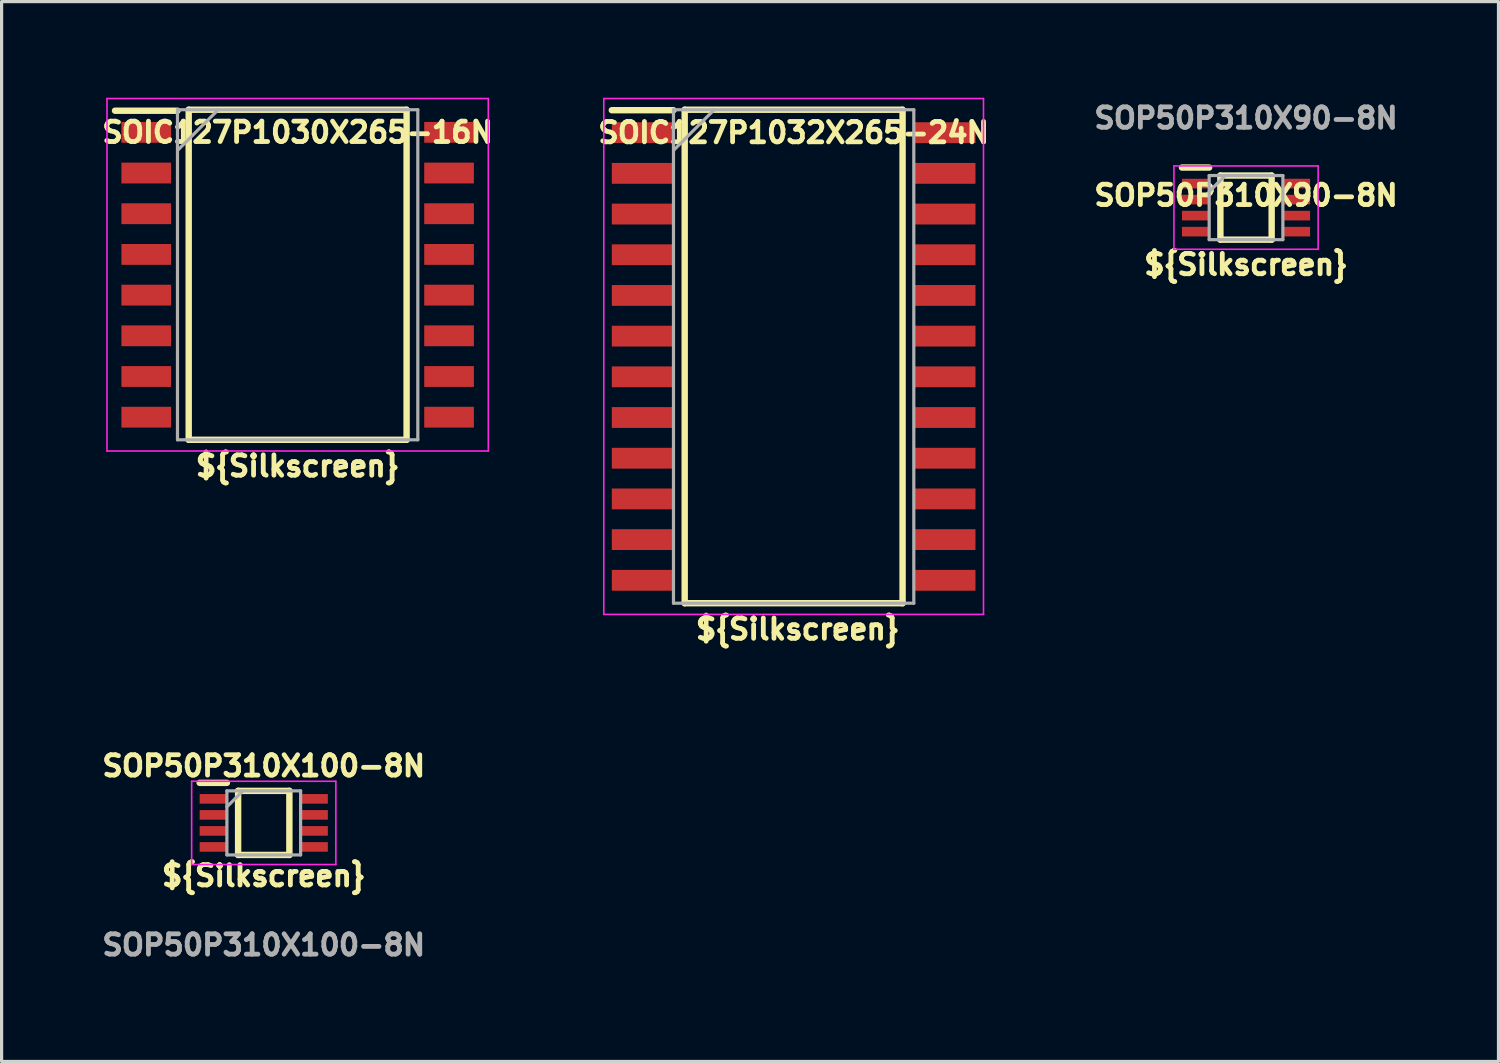
<source format=kicad_pcb>
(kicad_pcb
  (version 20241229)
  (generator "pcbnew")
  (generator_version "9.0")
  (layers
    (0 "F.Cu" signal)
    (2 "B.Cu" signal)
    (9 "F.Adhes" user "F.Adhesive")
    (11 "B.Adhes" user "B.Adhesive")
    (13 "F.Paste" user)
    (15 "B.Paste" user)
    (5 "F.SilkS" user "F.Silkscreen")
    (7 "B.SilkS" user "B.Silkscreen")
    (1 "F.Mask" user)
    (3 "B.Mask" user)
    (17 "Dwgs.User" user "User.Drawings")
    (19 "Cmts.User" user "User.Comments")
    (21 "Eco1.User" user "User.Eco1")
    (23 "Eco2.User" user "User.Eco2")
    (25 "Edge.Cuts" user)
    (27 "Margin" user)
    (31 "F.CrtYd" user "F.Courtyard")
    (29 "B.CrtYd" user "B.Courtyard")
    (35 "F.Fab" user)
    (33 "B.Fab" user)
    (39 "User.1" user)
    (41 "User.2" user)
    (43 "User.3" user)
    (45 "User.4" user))
  (footprint "SOP50P310X100-8N"
    (layer "F.Cu")
    (at 5.181 22.631)
    (property "Reference" "SOP50P310X100-8N" (at 0 -1.778 0) (layer "F.SilkS") (effects (font (size 0.635 0.635) (thickness 0.15))))
    (property "Silkscreen" "${Silkscreen}" (at 0 1.651 0) (layer "F.SilkS") (effects (font (size 0.635 0.635) (thickness 0.15))))
    (attr smd)
    (fp_line (start -2 -1.25) (end -1.15 -1.25) (stroke (width 0.2) (type solid)) (layer "F.SilkS"))
    (fp_line (start -0.8 -1) (end 0.8 -1) (stroke (width 0.2) (type solid)) (layer "F.SilkS"))
    (fp_line (start -0.8 1) (end -0.8 -1) (stroke (width 0.2) (type solid)) (layer "F.SilkS"))
    (fp_line (start 0.8 -1) (end 0.8 1) (stroke (width 0.2) (type solid)) (layer "F.SilkS"))
    (fp_line (start 0.8 1) (end -0.8 1) (stroke (width 0.2) (type solid)) (layer "F.SilkS"))
    (fp_line (start -2.25 -1.3) (end 2.25 -1.3) (stroke (width 0.05) (type solid)) (layer "F.CrtYd"))
    (fp_line (start -2.25 1.3) (end -2.25 -1.3) (stroke (width 0.05) (type solid)) (layer "F.CrtYd"))
    (fp_line (start 2.25 -1.3) (end 2.25 1.3) (stroke (width 0.05) (type solid)) (layer "F.CrtYd"))
    (fp_line (start 2.25 1.3) (end -2.25 1.3) (stroke (width 0.05) (type solid)) (layer "F.CrtYd"))
    (fp_line (start -1.15 -1) (end 1.15 -1) (stroke (width 0.1) (type solid)) (layer "F.Fab"))
    (fp_line (start -1.15 -0.5) (end -0.65 -1) (stroke (width 0.1) (type solid)) (layer "F.Fab"))
    (fp_line (start -1.15 1) (end -1.15 -1) (stroke (width 0.1) (type solid)) (layer "F.Fab"))
    (fp_line (start 1.15 -1) (end 1.15 1) (stroke (width 0.1) (type solid)) (layer "F.Fab"))
    (fp_line (start 1.15 1) (end -1.15 1) (stroke (width 0.1) (type solid)) (layer "F.Fab"))
    (fp_text user "${REFERENCE}" (at 0 3.81 0) (layer "F.Fab") (effects (font (size 0.635 0.635) (thickness 0.15))))
    (pad "1" smd rect (at -1.575 -0.75 90) (size 0.3 0.85) (layers "F.Cu" "F.Mask" "F.Paste"))
    (pad "2" smd rect (at -1.575 -0.25 90) (size 0.3 0.85) (layers "F.Cu" "F.Mask" "F.Paste"))
    (pad "3" smd rect (at -1.575 0.25 90) (size 0.3 0.85) (layers "F.Cu" "F.Mask" "F.Paste"))
    (pad "4" smd rect (at -1.575 0.75 90) (size 0.3 0.85) (layers "F.Cu" "F.Mask" "F.Paste"))
    (pad "5" smd rect (at 1.575 0.75 90) (size 0.3 0.85) (layers "F.Cu" "F.Mask" "F.Paste"))
    (pad "6" smd rect (at 1.575 0.25 90) (size 0.3 0.85) (layers "F.Cu" "F.Mask" "F.Paste"))
    (pad "7" smd rect (at 1.575 -0.25 90) (size 0.3 0.85) (layers "F.Cu" "F.Mask" "F.Paste"))
    (pad "8" smd rect (at 1.575 -0.75 90) (size 0.3 0.85) (layers "F.Cu" "F.Mask" "F.Paste")))
  (footprint "SOIC127P1032X265-24N"
    (layer "F.Cu")
    (at 21.718 8.075)
    (property "Reference" "SOIC127P1032X265-24N" (at 0 -6.985 0) (layer "F.SilkS") (effects (font (size 0.635 0.635) (thickness 0.15))))
    (property "Silkscreen" "${Silkscreen}" (at 0.127 8.509 0) (layer "F.SilkS") (effects (font (size 0.635 0.635) (thickness 0.15))))
    (attr smd)
    (fp_line (start -5.675 -7.685) (end -3.75 -7.685) (stroke (width 0.2) (type solid)) (layer "F.SilkS"))
    (fp_line (start -3.4 -7.7) (end 3.4 -7.7) (stroke (width 0.2) (type solid)) (layer "F.SilkS"))
    (fp_line (start -3.4 7.7) (end -3.4 -7.7) (stroke (width 0.2) (type solid)) (layer "F.SilkS"))
    (fp_line (start 3.4 -7.7) (end 3.4 7.7) (stroke (width 0.2) (type solid)) (layer "F.SilkS"))
    (fp_line (start 3.4 7.7) (end -3.4 7.7) (stroke (width 0.2) (type solid)) (layer "F.SilkS"))
    (fp_line (start -5.925 -8.05) (end 5.925 -8.05) (stroke (width 0.05) (type solid)) (layer "F.CrtYd"))
    (fp_line (start -5.925 8.05) (end -5.925 -8.05) (stroke (width 0.05) (type solid)) (layer "F.CrtYd"))
    (fp_line (start 5.925 -8.05) (end 5.925 8.05) (stroke (width 0.05) (type solid)) (layer "F.CrtYd"))
    (fp_line (start 5.925 8.05) (end -5.925 8.05) (stroke (width 0.05) (type solid)) (layer "F.CrtYd"))
    (fp_line (start -3.75 -7.7) (end 3.75 -7.7) (stroke (width 0.1) (type solid)) (layer "F.Fab"))
    (fp_line (start -3.75 -6.43) (end -2.48 -7.7) (stroke (width 0.1) (type solid)) (layer "F.Fab"))
    (fp_line (start -3.75 7.7) (end -3.75 -7.7) (stroke (width 0.1) (type solid)) (layer "F.Fab"))
    (fp_line (start 3.75 -7.7) (end 3.75 7.7) (stroke (width 0.1) (type solid)) (layer "F.Fab"))
    (fp_line (start 3.75 7.7) (end -3.75 7.7) (stroke (width 0.1) (type solid)) (layer "F.Fab"))
    (pad "1" smd rect (at -4.712 -6.985 90) (size 0.65 1.925) (layers "F.Cu" "F.Mask" "F.Paste"))
    (pad "2" smd rect (at -4.712 -5.715 90) (size 0.65 1.925) (layers "F.Cu" "F.Mask" "F.Paste"))
    (pad "3" smd rect (at -4.712 -4.445 90) (size 0.65 1.925) (layers "F.Cu" "F.Mask" "F.Paste"))
    (pad "4" smd rect (at -4.712 -3.175 90) (size 0.65 1.925) (layers "F.Cu" "F.Mask" "F.Paste"))
    (pad "5" smd rect (at -4.712 -1.905 90) (size 0.65 1.925) (layers "F.Cu" "F.Mask" "F.Paste"))
    (pad "6" smd rect (at -4.712 -0.635 90) (size 0.65 1.925) (layers "F.Cu" "F.Mask" "F.Paste"))
    (pad "7" smd rect (at -4.712 0.635 90) (size 0.65 1.925) (layers "F.Cu" "F.Mask" "F.Paste"))
    (pad "8" smd rect (at -4.712 1.905 90) (size 0.65 1.925) (layers "F.Cu" "F.Mask" "F.Paste"))
    (pad "9" smd rect (at -4.712 3.175 90) (size 0.65 1.925) (layers "F.Cu" "F.Mask" "F.Paste"))
    (pad "10" smd rect (at -4.712 4.445 90) (size 0.65 1.925) (layers "F.Cu" "F.Mask" "F.Paste"))
    (pad "11" smd rect (at -4.712 5.715 90) (size 0.65 1.925) (layers "F.Cu" "F.Mask" "F.Paste"))
    (pad "12" smd rect (at -4.712 6.985 90) (size 0.65 1.925) (layers "F.Cu" "F.Mask" "F.Paste"))
    (pad "13" smd rect (at 4.712 6.985 90) (size 0.65 1.925) (layers "F.Cu" "F.Mask" "F.Paste"))
    (pad "14" smd rect (at 4.712 5.715 90) (size 0.65 1.925) (layers "F.Cu" "F.Mask" "F.Paste"))
    (pad "15" smd rect (at 4.712 4.445 90) (size 0.65 1.925) (layers "F.Cu" "F.Mask" "F.Paste"))
    (pad "16" smd rect (at 4.712 3.175 90) (size 0.65 1.925) (layers "F.Cu" "F.Mask" "F.Paste"))
    (pad "17" smd rect (at 4.712 1.905 90) (size 0.65 1.925) (layers "F.Cu" "F.Mask" "F.Paste"))
    (pad "18" smd rect (at 4.712 0.635 90) (size 0.65 1.925) (layers "F.Cu" "F.Mask" "F.Paste"))
    (pad "19" smd rect (at 4.712 -0.635 90) (size 0.65 1.925) (layers "F.Cu" "F.Mask" "F.Paste"))
    (pad "20" smd rect (at 4.712 -1.905 90) (size 0.65 1.925) (layers "F.Cu" "F.Mask" "F.Paste"))
    (pad "21" smd rect (at 4.712 -3.175 90) (size 0.65 1.925) (layers "F.Cu" "F.Mask" "F.Paste"))
    (pad "22" smd rect (at 4.712 -4.445 90) (size 0.65 1.925) (layers "F.Cu" "F.Mask" "F.Paste"))
    (pad "23" smd rect (at 4.712 -5.715 90) (size 0.65 1.925) (layers "F.Cu" "F.Mask" "F.Paste"))
    (pad "24" smd rect (at 4.712 -6.985 90) (size 0.65 1.925) (layers "F.Cu" "F.Mask" "F.Paste")))
  (footprint "SOIC127P1030X265-16N"
    (layer "F.Cu")
    (at 6.239 5.525)
    (property "Reference" "SOIC127P1030X265-16N" (at 0 -4.445 0) (layer "F.SilkS") (effects (font (size 0.635 0.635) (thickness 0.15))))
    (property "Silkscreen" "${Silkscreen}" (at 0 5.969 0) (layer "F.SilkS") (effects (font (size 0.635 0.635) (thickness 0.15))))
    (attr smd)
    (fp_line (start -5.7 -5.12) (end -3.75 -5.12) (stroke (width 0.2) (type solid)) (layer "F.SilkS"))
    (fp_line (start -3.4 -5.15) (end 3.4 -5.15) (stroke (width 0.2) (type solid)) (layer "F.SilkS"))
    (fp_line (start -3.4 5.15) (end -3.4 -5.15) (stroke (width 0.2) (type solid)) (layer "F.SilkS"))
    (fp_line (start 3.4 -5.15) (end 3.4 5.15) (stroke (width 0.2) (type solid)) (layer "F.SilkS"))
    (fp_line (start 3.4 5.15) (end -3.4 5.15) (stroke (width 0.2) (type solid)) (layer "F.SilkS"))
    (fp_line (start -5.95 -5.5) (end 5.95 -5.5) (stroke (width 0.05) (type solid)) (layer "F.CrtYd"))
    (fp_line (start -5.95 5.5) (end -5.95 -5.5) (stroke (width 0.05) (type solid)) (layer "F.CrtYd"))
    (fp_line (start 5.95 -5.5) (end 5.95 5.5) (stroke (width 0.05) (type solid)) (layer "F.CrtYd"))
    (fp_line (start 5.95 5.5) (end -5.95 5.5) (stroke (width 0.05) (type solid)) (layer "F.CrtYd"))
    (fp_line (start -3.75 -5.15) (end 3.75 -5.15) (stroke (width 0.1) (type solid)) (layer "F.Fab"))
    (fp_line (start -3.75 -3.88) (end -2.48 -5.15) (stroke (width 0.1) (type solid)) (layer "F.Fab"))
    (fp_line (start -3.75 5.15) (end -3.75 -5.15) (stroke (width 0.1) (type solid)) (layer "F.Fab"))
    (fp_line (start 3.75 -5.15) (end 3.75 5.15) (stroke (width 0.1) (type solid)) (layer "F.Fab"))
    (fp_line (start 3.75 5.15) (end -3.75 5.15) (stroke (width 0.1) (type solid)) (layer "F.Fab"))
    (pad "1" smd rect (at -4.725 -4.445 90) (size 0.65 1.55) (layers "F.Cu" "F.Mask" "F.Paste"))
    (pad "2" smd rect (at -4.725 -3.175 90) (size 0.65 1.55) (layers "F.Cu" "F.Mask" "F.Paste"))
    (pad "3" smd rect (at -4.725 -1.905 90) (size 0.65 1.55) (layers "F.Cu" "F.Mask" "F.Paste"))
    (pad "4" smd rect (at -4.725 -0.635 90) (size 0.65 1.55) (layers "F.Cu" "F.Mask" "F.Paste"))
    (pad "5" smd rect (at -4.725 0.635 90) (size 0.65 1.55) (layers "F.Cu" "F.Mask" "F.Paste"))
    (pad "6" smd rect (at -4.725 1.905 90) (size 0.65 1.55) (layers "F.Cu" "F.Mask" "F.Paste"))
    (pad "7" smd rect (at -4.725 3.175 90) (size 0.65 1.55) (layers "F.Cu" "F.Mask" "F.Paste"))
    (pad "8" smd rect (at -4.725 4.445 90) (size 0.65 1.55) (layers "F.Cu" "F.Mask" "F.Paste"))
    (pad "9" smd rect (at 4.725 4.445 90) (size 0.65 1.55) (layers "F.Cu" "F.Mask" "F.Paste"))
    (pad "10" smd rect (at 4.725 3.175 90) (size 0.65 1.55) (layers "F.Cu" "F.Mask" "F.Paste"))
    (pad "11" smd rect (at 4.725 1.905 90) (size 0.65 1.55) (layers "F.Cu" "F.Mask" "F.Paste"))
    (pad "12" smd rect (at 4.725 0.635 90) (size 0.65 1.55) (layers "F.Cu" "F.Mask" "F.Paste"))
    (pad "13" smd rect (at 4.725 -0.635 90) (size 0.65 1.55) (layers "F.Cu" "F.Mask" "F.Paste"))
    (pad "14" smd rect (at 4.725 -1.905 90) (size 0.65 1.55) (layers "F.Cu" "F.Mask" "F.Paste"))
    (pad "15" smd rect (at 4.725 -3.175 90) (size 0.65 1.55) (layers "F.Cu" "F.Mask" "F.Paste"))
    (pad "16" smd rect (at 4.725 -4.445 90) (size 0.65 1.55) (layers "F.Cu" "F.Mask" "F.Paste")))
  (footprint "SOP50P310X90-8N"
    (layer "F.Cu")
    (at 35.836 3.429)
    (property "Reference" "SOP50P310X90-8N" (at 0 -0.381 0) (layer "F.SilkS") (effects (font (size 0.635 0.635) (thickness 0.15))))
    (attr smd)
    (fp_line (start -2 -1.25) (end -1.15 -1.25) (stroke (width 0.2) (type solid)) (layer "F.SilkS"))
    (fp_line (start -0.8 -1) (end 0.8 -1) (stroke (width 0.2) (type solid)) (layer "F.SilkS"))
    (fp_line (start -0.8 1) (end -0.8 -1) (stroke (width 0.2) (type solid)) (layer "F.SilkS"))
    (fp_line (start 0.8 -1) (end 0.8 1) (stroke (width 0.2) (type solid)) (layer "F.SilkS"))
    (fp_line (start 0.8 1) (end -0.8 1) (stroke (width 0.2) (type solid)) (layer "F.SilkS"))
    (fp_line (start -2.25 -1.3) (end 2.25 -1.3) (stroke (width 0.05) (type solid)) (layer "F.CrtYd"))
    (fp_line (start -2.25 1.3) (end -2.25 -1.3) (stroke (width 0.05) (type solid)) (layer "F.CrtYd"))
    (fp_line (start 2.25 -1.3) (end 2.25 1.3) (stroke (width 0.05) (type solid)) (layer "F.CrtYd"))
    (fp_line (start 2.25 1.3) (end -2.25 1.3) (stroke (width 0.05) (type solid)) (layer "F.CrtYd"))
    (fp_line (start -1.15 -1) (end 1.15 -1) (stroke (width 0.1) (type solid)) (layer "F.Fab"))
    (fp_line (start -1.15 -0.5) (end -0.65 -1) (stroke (width 0.1) (type solid)) (layer "F.Fab"))
    (fp_line (start -1.15 1) (end -1.15 -1) (stroke (width 0.1) (type solid)) (layer "F.Fab"))
    (fp_line (start 1.15 -1) (end 1.15 1) (stroke (width 0.1) (type solid)) (layer "F.Fab"))
    (fp_line (start 1.15 1) (end -1.15 1) (stroke (width 0.1) (type solid)) (layer "F.Fab"))
    (fp_text user "${Silkscreen}" (at 0 1.778 0) (layer "F.SilkS") (effects (font (size 0.635 0.635) (thickness 0.15))))
    (fp_text user "${REFERENCE}" (at 0 -2.794 0) (layer "F.Fab") (effects (font (size 0.635 0.635) (thickness 0.15))))
    (pad "1" smd rect (at -1.575 -0.75 90) (size 0.3 0.85) (layers "F.Cu" "F.Mask" "F.Paste"))
    (pad "2" smd rect (at -1.575 -0.25 90) (size 0.3 0.85) (layers "F.Cu" "F.Mask" "F.Paste"))
    (pad "3" smd rect (at -1.575 0.25 90) (size 0.3 0.85) (layers "F.Cu" "F.Mask" "F.Paste"))
    (pad "4" smd rect (at -1.575 0.75 90) (size 0.3 0.85) (layers "F.Cu" "F.Mask" "F.Paste"))
    (pad "5" smd rect (at 1.575 0.75 90) (size 0.3 0.85) (layers "F.Cu" "F.Mask" "F.Paste"))
    (pad "6" smd rect (at 1.575 0.25 90) (size 0.3 0.85) (layers "F.Cu" "F.Mask" "F.Paste"))
    (pad "7" smd rect (at 1.575 -0.25 90) (size 0.3 0.85) (layers "F.Cu" "F.Mask" "F.Paste"))
    (pad "8" smd rect (at 1.575 -0.75 90) (size 0.3 0.85) (layers "F.Cu" "F.Mask" "F.Paste")))
  (gr_rect
    (start -3 -3)
    (end 43.715 30.076)
    (stroke (width 0.1) (type default))
    (fill no)
    (layer "Edge.Cuts")))
</source>
